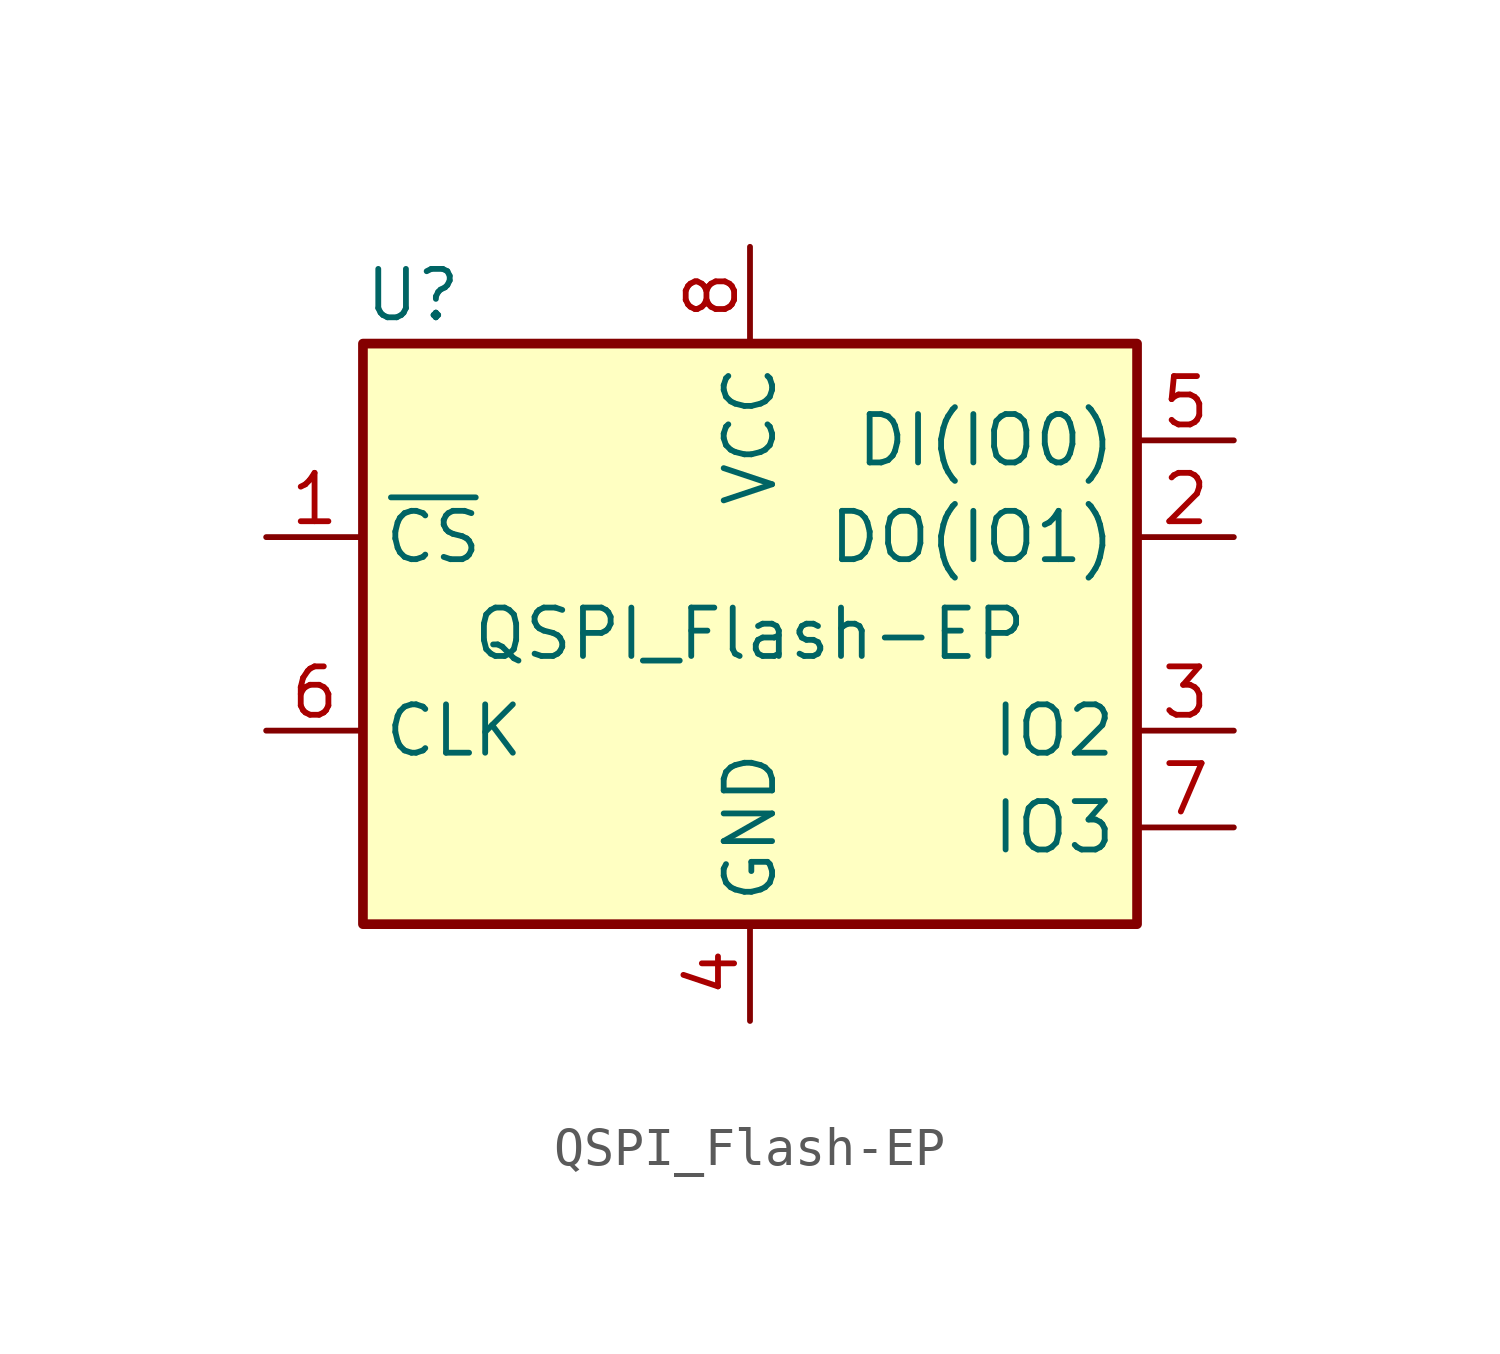
<source format=kicad_sym>
(kicad_symbol_lib
  (version 20231120)
  (generator "kicad_symbol_editor")
  (generator_version "8.0")
  (symbol "QSPI_Flash-EP"
    (property "Reference" "U"
      (at -10.16 8.89 0)
      (effects (font (size 1.27 1.27)) (justify left)))
    (property "Value" "QSPI_Flash-EP"
      (at 0 0 0)
      (effects (font (size 1.27 1.27))))
    (symbol "QSPI_Flash-EP_0_1"
      (rectangle (start -10.16 7.62) (end 10.16 -7.62) (stroke (width 0.254) (type solid)) (fill (type background))))
    (symbol "QSPI_Flash-EP_1_1"
      (pin input line (at -12.7 2.54 0) (length 2.54) (name "~{CS}" (effects (font (size 1.27 1.27)))) (number "1" (effects (font (size 1.27 1.27)))))
      (pin bidirectional line (at 12.7 2.54 180) (length 2.54) (name "DO(IO1)" (effects (font (size 1.27 1.27)))) (number "2" (effects (font (size 1.27 1.27)))))
      (pin bidirectional line (at 12.7 -2.54 180) (length 2.54) (name "IO2" (effects (font (size 1.27 1.27)))) (number "3" (effects (font (size 1.27 1.27)))))
      (pin power_in line (at 0 -10.16 90) (length 2.54) (name "GND" (effects (font (size 1.27 1.27)))) (number "4" (effects (font (size 1.27 1.27)))))
      (pin bidirectional line (at 12.7 5.08 180) (length 2.54) (name "DI(IO0)" (effects (font (size 1.27 1.27)))) (number "5" (effects (font (size 1.27 1.27)))))
      (pin input line (at -12.7 -2.54 0) (length 2.54) (name "CLK" (effects (font (size 1.27 1.27)))) (number "6" (effects (font (size 1.27 1.27)))))
      (pin bidirectional line (at 12.7 -5.08 180) (length 2.54) (name "IO3" (effects (font (size 1.27 1.27)))) (number "7" (effects (font (size 1.27 1.27)))))
      (pin power_in line (at 0 10.16 270) (length 2.54) (name "VCC" (effects (font (size 1.27 1.27)))) (number "8" (effects (font (size 1.27 1.27)))))
      (pin passive line (at 0 -10.16 90) (length 2.54) hide (name "GND" (effects (font (size 1.27 1.27)))) (number "9" (effects (font (size 1.27 1.27))))))))
</source>
